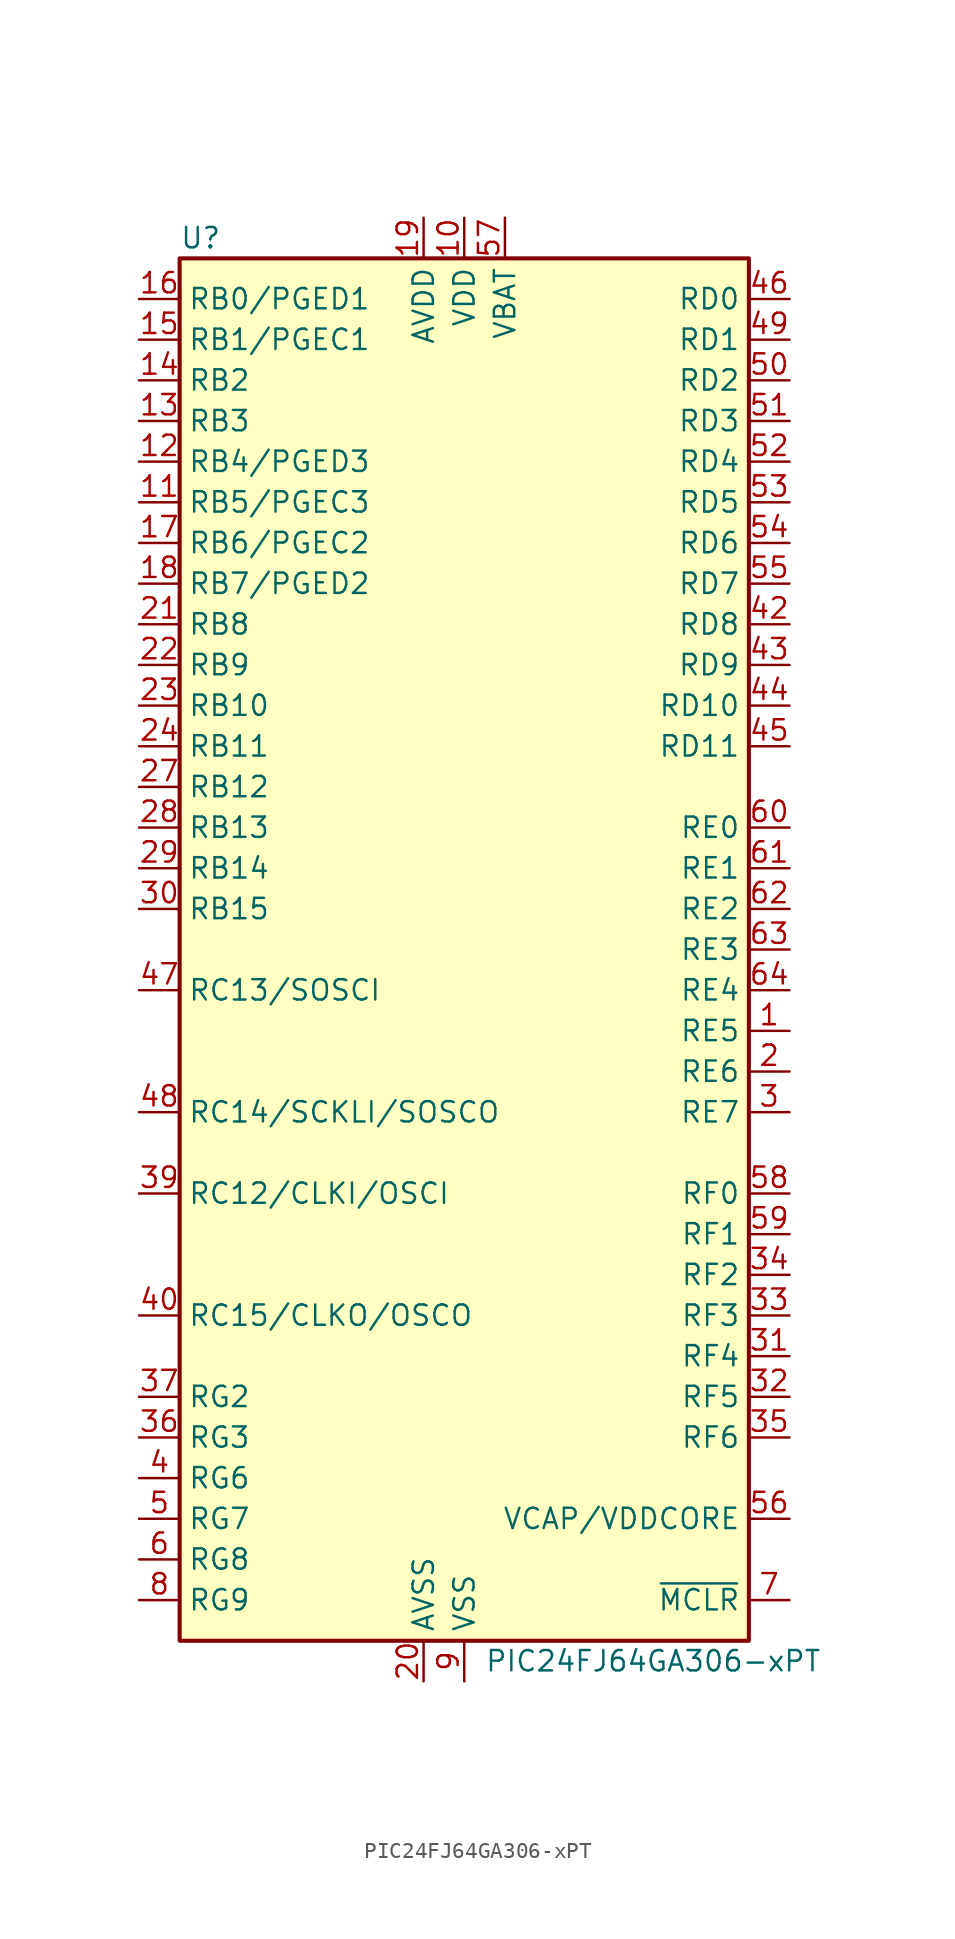
<source format=kicad_sym>
(kicad_symbol_lib
  (version 20231120)
  (generator "kicad_symbol_editor")
  (generator_version "8.0")
  (symbol "PIC24FJ64GA306-xPT"
    (property "Reference" "U"
      (at -17.78 44.45 0)
      (effects (font (size 1.27 1.27)) (justify left)))
    (property "Value" "PIC24FJ64GA306-xPT"
      (at 1.27 -44.45 0)
      (effects (font (size 1.27 1.27)) (justify left)))
    (symbol "PIC24FJ64GA306-xPT_1_1"
      (rectangle (start -17.78 43.18) (end 17.78 -43.18) (stroke (width 0.254) (type default)) (fill (type background)))
      (pin bidirectional line (at 20.32 -5.08 180) (length 2.54) (name "RE5" (effects (font (size 1.27 1.27)))) (number "1" (effects (font (size 1.27 1.27)))) (alternate "CN63" bidirectional line) (alternate "CTED4" bidirectional line) (alternate "LCDBIAS2" bidirectional line) (alternate "PMD5" bidirectional line))
      (pin power_in line (at 0 45.72 270) (length 2.54) (name "VDD" (effects (font (size 1.27 1.27)))) (number "10" (effects (font (size 1.27 1.27)))))
      (pin bidirectional line (at -20.32 27.94 0) (length 2.54) (name "RB5/PGEC3" (effects (font (size 1.27 1.27)))) (number "11" (effects (font (size 1.27 1.27)))) (alternate "AN5" bidirectional line) (alternate "C1INA" bidirectional line) (alternate "CN7" bidirectional line) (alternate "RP18" bidirectional line) (alternate "SEG2" bidirectional line))
      (pin bidirectional line (at -20.32 30.48 0) (length 2.54) (name "RB4/PGED3" (effects (font (size 1.27 1.27)))) (number "12" (effects (font (size 1.27 1.27)))) (alternate "AN4" bidirectional line) (alternate "C1INB" bidirectional line) (alternate "CN6" bidirectional line) (alternate "RP28" bidirectional line) (alternate "SEG3" bidirectional line))
      (pin bidirectional line (at -20.32 33.02 0) (length 2.54) (name "RB3" (effects (font (size 1.27 1.27)))) (number "13" (effects (font (size 1.27 1.27)))) (alternate "AN3" bidirectional line) (alternate "C2INA" bidirectional line) (alternate "CN5" bidirectional line) (alternate "SEG4" bidirectional line))
      (pin bidirectional line (at -20.32 35.56 0) (length 2.54) (name "RB2" (effects (font (size 1.27 1.27)))) (number "14" (effects (font (size 1.27 1.27)))) (alternate "AN2" bidirectional line) (alternate "C2INB" bidirectional line) (alternate "CN4" bidirectional line) (alternate "CTCMP" bidirectional line) (alternate "CTED13" bidirectional line) (alternate "RP13" bidirectional line) (alternate "SEG5" bidirectional line))
      (pin bidirectional line (at -20.32 38.1 0) (length 2.54) (name "RB1/PGEC1" (effects (font (size 1.27 1.27)))) (number "15" (effects (font (size 1.27 1.27)))) (alternate "AN1" bidirectional line) (alternate "CN3" bidirectional line) (alternate "CTED12" bidirectional line) (alternate "CVREF-" bidirectional line) (alternate "RP1" bidirectional line) (alternate "SEG6" bidirectional line))
      (pin bidirectional line (at -20.32 40.64 0) (length 2.54) (name "RB0/PGED1" (effects (font (size 1.27 1.27)))) (number "16" (effects (font (size 1.27 1.27)))) (alternate "AN0" bidirectional line) (alternate "CN2" bidirectional line) (alternate "CVREF+" bidirectional line) (alternate "PMA6" bidirectional line) (alternate "RP0" bidirectional line) (alternate "SEG7" bidirectional line))
      (pin bidirectional line (at -20.32 25.4 0) (length 2.54) (name "RB6/PGEC2" (effects (font (size 1.27 1.27)))) (number "17" (effects (font (size 1.27 1.27)))) (alternate "AN6" bidirectional line) (alternate "CN24" bidirectional line) (alternate "LCDBIAS3" bidirectional line) (alternate "RP6" bidirectional line))
      (pin bidirectional line (at -20.32 22.86 0) (length 2.54) (name "RB7/PGED2" (effects (font (size 1.27 1.27)))) (number "18" (effects (font (size 1.27 1.27)))) (alternate "AN7" bidirectional line) (alternate "CN25" bidirectional line) (alternate "RP7" bidirectional line))
      (pin power_in line (at -2.54 45.72 270) (length 2.54) (name "AVDD" (effects (font (size 1.27 1.27)))) (number "19" (effects (font (size 1.27 1.27)))))
      (pin bidirectional line (at 20.32 -7.62 180) (length 2.54) (name "RE6" (effects (font (size 1.27 1.27)))) (number "2" (effects (font (size 1.27 1.27)))) (alternate "CN64" bidirectional line) (alternate "LCDBIAS1" bidirectional line) (alternate "PMD6" bidirectional line))
      (pin power_in line (at -2.54 -45.72 90) (length 2.54) (name "AVSS" (effects (font (size 1.27 1.27)))) (number "20" (effects (font (size 1.27 1.27)))))
      (pin bidirectional line (at -20.32 20.32 0) (length 2.54) (name "RB8" (effects (font (size 1.27 1.27)))) (number "21" (effects (font (size 1.27 1.27)))) (alternate "AN8" bidirectional line) (alternate "CN26" bidirectional line) (alternate "COM7" bidirectional line) (alternate "RP8" bidirectional line) (alternate "SEG31" bidirectional line))
      (pin bidirectional line (at -20.32 17.78 0) (length 2.54) (name "RB9" (effects (font (size 1.27 1.27)))) (number "22" (effects (font (size 1.27 1.27)))) (alternate "AN9" bidirectional line) (alternate "CN27" bidirectional line) (alternate "COM6" bidirectional line) (alternate "PMA7" bidirectional line) (alternate "RP9" bidirectional line) (alternate "SEG30" bidirectional line))
      (pin bidirectional line (at -20.32 15.24 0) (length 2.54) (name "RB10" (effects (font (size 1.27 1.27)))) (number "23" (effects (font (size 1.27 1.27)))) (alternate "AN10" bidirectional line) (alternate "CN28" bidirectional line) (alternate "COM5" bidirectional line) (alternate "CVREF" bidirectional line) (alternate "PMA13" bidirectional line) (alternate "SEG29" bidirectional line) (alternate "TMS" bidirectional line))
      (pin bidirectional line (at -20.32 12.7 0) (length 2.54) (name "RB11" (effects (font (size 1.27 1.27)))) (number "24" (effects (font (size 1.27 1.27)))) (alternate "AN11" bidirectional line) (alternate "CN29" bidirectional line) (alternate "PMA12" bidirectional line) (alternate "TDO" bidirectional line))
      (pin passive line (at 0 -45.72 90) (length 2.54) hide (name "VSS" (effects (font (size 1.27 1.27)))) (number "25" (effects (font (size 1.27 1.27)))))
      (pin passive line (at 0 45.72 270) (length 2.54) hide (name "VDD" (effects (font (size 1.27 1.27)))) (number "26" (effects (font (size 1.27 1.27)))))
      (pin bidirectional line (at -20.32 10.16 0) (length 2.54) (name "RB12" (effects (font (size 1.27 1.27)))) (number "27" (effects (font (size 1.27 1.27)))) (alternate "AN12" bidirectional line) (alternate "CN30" bidirectional line) (alternate "CTED2" bidirectional line) (alternate "PMA11" bidirectional line) (alternate "SEG18" bidirectional line) (alternate "TCK" bidirectional line))
      (pin bidirectional line (at -20.32 7.62 0) (length 2.54) (name "RB13" (effects (font (size 1.27 1.27)))) (number "28" (effects (font (size 1.27 1.27)))) (alternate "AN13" bidirectional line) (alternate "CN31" bidirectional line) (alternate "CTED1" bidirectional line) (alternate "PMA10" bidirectional line) (alternate "SEG19" bidirectional line) (alternate "TDI" bidirectional line))
      (pin bidirectional line (at -20.32 5.08 0) (length 2.54) (name "RB14" (effects (font (size 1.27 1.27)))) (number "29" (effects (font (size 1.27 1.27)))) (alternate "AN14" bidirectional line) (alternate "CN32" bidirectional line) (alternate "CTED5" bidirectional line) (alternate "CTPLS" bidirectional line) (alternate "PMA1" bidirectional line) (alternate "RP14" bidirectional line) (alternate "SEG8" bidirectional line))
      (pin bidirectional line (at 20.32 -10.16 180) (length 2.54) (name "RE7" (effects (font (size 1.27 1.27)))) (number "3" (effects (font (size 1.27 1.27)))) (alternate "CN65" bidirectional line) (alternate "LCDBIAS0" bidirectional line) (alternate "PMD7" bidirectional line))
      (pin bidirectional line (at -20.32 2.54 0) (length 2.54) (name "RB15" (effects (font (size 1.27 1.27)))) (number "30" (effects (font (size 1.27 1.27)))) (alternate "AN15" bidirectional line) (alternate "CN12" bidirectional line) (alternate "CTED6" bidirectional line) (alternate "PMA0" bidirectional line) (alternate "REFO" bidirectional line) (alternate "RP29" bidirectional line) (alternate "SEG9" bidirectional line))
      (pin bidirectional line (at 20.32 -25.4 180) (length 2.54) (name "RF4" (effects (font (size 1.27 1.27)))) (number "31" (effects (font (size 1.27 1.27)))) (alternate "CN17" bidirectional line) (alternate "PMA9" bidirectional line) (alternate "RP10" bidirectional line) (alternate "SDA2" bidirectional line) (alternate "SEG10" bidirectional line))
      (pin bidirectional line (at 20.32 -27.94 180) (length 2.54) (name "RF5" (effects (font (size 1.27 1.27)))) (number "32" (effects (font (size 1.27 1.27)))) (alternate "CN18" bidirectional line) (alternate "PMA8" bidirectional line) (alternate "RP17" bidirectional line) (alternate "SCL2" bidirectional line) (alternate "SEG11" bidirectional line))
      (pin bidirectional line (at 20.32 -22.86 180) (length 2.54) (name "RF3" (effects (font (size 1.27 1.27)))) (number "33" (effects (font (size 1.27 1.27)))) (alternate "CN71" bidirectional line) (alternate "RP16" bidirectional line) (alternate "SEG12" bidirectional line))
      (pin bidirectional line (at 20.32 -20.32 180) (length 2.54) (name "RF2" (effects (font (size 1.27 1.27)))) (number "34" (effects (font (size 1.27 1.27)))) (alternate "CN70" bidirectional line) (alternate "RP30" bidirectional line))
      (pin bidirectional line (at 20.32 -30.48 180) (length 2.54) (name "RF6" (effects (font (size 1.27 1.27)))) (number "35" (effects (font (size 1.27 1.27)))) (alternate "CN84" bidirectional line) (alternate "INT0" bidirectional line))
      (pin bidirectional line (at -20.32 -30.48 0) (length 2.54) (name "RG3" (effects (font (size 1.27 1.27)))) (number "36" (effects (font (size 1.27 1.27)))) (alternate "CN73" bidirectional line) (alternate "SDA1" bidirectional line) (alternate "SEG47" bidirectional line))
      (pin bidirectional line (at -20.32 -27.94 0) (length 2.54) (name "RG2" (effects (font (size 1.27 1.27)))) (number "37" (effects (font (size 1.27 1.27)))) (alternate "CN72" bidirectional line) (alternate "SCL1" bidirectional line) (alternate "SEG28" bidirectional line))
      (pin passive line (at 0 45.72 270) (length 2.54) hide (name "VDD" (effects (font (size 1.27 1.27)))) (number "38" (effects (font (size 1.27 1.27)))))
      (pin bidirectional line (at -20.32 -15.24 0) (length 2.54) (name "RC12/CLKI/OSCI" (effects (font (size 1.27 1.27)))) (number "39" (effects (font (size 1.27 1.27)))) (alternate "CN23" bidirectional line))
      (pin bidirectional line (at -20.32 -33.02 0) (length 2.54) (name "RG6" (effects (font (size 1.27 1.27)))) (number "4" (effects (font (size 1.27 1.27)))) (alternate "C1IND" bidirectional line) (alternate "CN8" bidirectional line) (alternate "PMA5" bidirectional line) (alternate "RP21" bidirectional line) (alternate "SEG0" bidirectional line))
      (pin bidirectional line (at -20.32 -22.86 0) (length 2.54) (name "RC15/CLKO/OSCO" (effects (font (size 1.27 1.27)))) (number "40" (effects (font (size 1.27 1.27)))) (alternate "CN22" bidirectional line))
      (pin passive line (at 0 -45.72 90) (length 2.54) hide (name "VSS" (effects (font (size 1.27 1.27)))) (number "41" (effects (font (size 1.27 1.27)))))
      (pin bidirectional line (at 20.32 20.32 180) (length 2.54) (name "RD8" (effects (font (size 1.27 1.27)))) (number "42" (effects (font (size 1.27 1.27)))) (alternate "CN53" bidirectional line) (alternate "RP2" bidirectional line) (alternate "RTCC" bidirectional line) (alternate "SEG13" bidirectional line))
      (pin bidirectional line (at 20.32 17.78 180) (length 2.54) (name "RD9" (effects (font (size 1.27 1.27)))) (number "43" (effects (font (size 1.27 1.27)))) (alternate "CN54" bidirectional line) (alternate "PMACK2" bidirectional line) (alternate "RP4" bidirectional line) (alternate "SEG14" bidirectional line))
      (pin bidirectional line (at 20.32 15.24 180) (length 2.54) (name "RD10" (effects (font (size 1.27 1.27)))) (number "44" (effects (font (size 1.27 1.27)))) (alternate "C3IND" bidirectional line) (alternate "CN55" bidirectional line) (alternate "CS2" bidirectional line) (alternate "PMA15" bidirectional line) (alternate "RP3" bidirectional line) (alternate "SEG15" bidirectional line))
      (pin bidirectional line (at 20.32 12.7 180) (length 2.54) (name "RD11" (effects (font (size 1.27 1.27)))) (number "45" (effects (font (size 1.27 1.27)))) (alternate "C3INC" bidirectional line) (alternate "CN56" bidirectional line) (alternate "CS1" bidirectional line) (alternate "PMA14" bidirectional line) (alternate "RP12" bidirectional line) (alternate "SEG16" bidirectional line))
      (pin bidirectional line (at 20.32 40.64 180) (length 2.54) (name "RD0" (effects (font (size 1.27 1.27)))) (number "46" (effects (font (size 1.27 1.27)))) (alternate "CN49" bidirectional line) (alternate "RP11" bidirectional line) (alternate "SEG17" bidirectional line))
      (pin bidirectional line (at -20.32 -2.54 0) (length 2.54) (name "RC13/SOSCI" (effects (font (size 1.27 1.27)))) (number "47" (effects (font (size 1.27 1.27)))))
      (pin bidirectional line (at -20.32 -10.16 0) (length 2.54) (name "RC14/SCKLI/SOSCO" (effects (font (size 1.27 1.27)))) (number "48" (effects (font (size 1.27 1.27)))) (alternate "RPI37" bidirectional line))
      (pin bidirectional line (at 20.32 38.1 180) (length 2.54) (name "RD1" (effects (font (size 1.27 1.27)))) (number "49" (effects (font (size 1.27 1.27)))) (alternate "CN50" bidirectional line) (alternate "RP24" bidirectional line) (alternate "SEG20" bidirectional line))
      (pin bidirectional line (at -20.32 -35.56 0) (length 2.54) (name "RG7" (effects (font (size 1.27 1.27)))) (number "5" (effects (font (size 1.27 1.27)))) (alternate "C1INC" bidirectional line) (alternate "CN9" bidirectional line) (alternate "PMA4" bidirectional line) (alternate "RP26" bidirectional line) (alternate "VLCAP1" bidirectional line))
      (pin bidirectional line (at 20.32 35.56 180) (length 2.54) (name "RD2" (effects (font (size 1.27 1.27)))) (number "50" (effects (font (size 1.27 1.27)))) (alternate "CN51" bidirectional line) (alternate "PMACK1" bidirectional line) (alternate "RP23" bidirectional line) (alternate "SEG21" bidirectional line))
      (pin bidirectional line (at 20.32 33.02 180) (length 2.54) (name "RD3" (effects (font (size 1.27 1.27)))) (number "51" (effects (font (size 1.27 1.27)))) (alternate "CN52" bidirectional line) (alternate "PMBE0" bidirectional line) (alternate "RP22" bidirectional line) (alternate "SEG22" bidirectional line))
      (pin bidirectional line (at 20.32 30.48 180) (length 2.54) (name "RD4" (effects (font (size 1.27 1.27)))) (number "52" (effects (font (size 1.27 1.27)))) (alternate "CN13" bidirectional line) (alternate "PMWR" bidirectional line) (alternate "RP25" bidirectional line) (alternate "SEG23" bidirectional line))
      (pin bidirectional line (at 20.32 27.94 180) (length 2.54) (name "RD5" (effects (font (size 1.27 1.27)))) (number "53" (effects (font (size 1.27 1.27)))) (alternate "CN14" bidirectional line) (alternate "PMRD" bidirectional line) (alternate "RP20" bidirectional line) (alternate "SEG24" bidirectional line))
      (pin bidirectional line (at 20.32 25.4 180) (length 2.54) (name "RD6" (effects (font (size 1.27 1.27)))) (number "54" (effects (font (size 1.27 1.27)))) (alternate "C3INB" bidirectional line) (alternate "CN15" bidirectional line) (alternate "SEG25" bidirectional line))
      (pin bidirectional line (at 20.32 22.86 180) (length 2.54) (name "RD7" (effects (font (size 1.27 1.27)))) (number "55" (effects (font (size 1.27 1.27)))) (alternate "C3INA" bidirectional line) (alternate "CN16" bidirectional line) (alternate "SEG26" bidirectional line))
      (pin passive line (at 20.32 -35.56 180) (length 2.54) (name "VCAP/VDDCORE" (effects (font (size 1.27 1.27)))) (number "56" (effects (font (size 1.27 1.27)))))
      (pin power_in line (at 2.54 45.72 270) (length 2.54) (name "VBAT" (effects (font (size 1.27 1.27)))) (number "57" (effects (font (size 1.27 1.27)))))
      (pin bidirectional line (at 20.32 -15.24 180) (length 2.54) (name "RF0" (effects (font (size 1.27 1.27)))) (number "58" (effects (font (size 1.27 1.27)))) (alternate "CN68" bidirectional line) (alternate "SEG27" bidirectional line))
      (pin bidirectional line (at 20.32 -17.78 180) (length 2.54) (name "RF1" (effects (font (size 1.27 1.27)))) (number "59" (effects (font (size 1.27 1.27)))) (alternate "CN69" bidirectional line) (alternate "COM4" bidirectional line) (alternate "SEG48" bidirectional line))
      (pin bidirectional line (at -20.32 -38.1 0) (length 2.54) (name "RG8" (effects (font (size 1.27 1.27)))) (number "6" (effects (font (size 1.27 1.27)))) (alternate "C2IND" bidirectional line) (alternate "CN10" bidirectional line) (alternate "PMA3" bidirectional line) (alternate "RP19" bidirectional line) (alternate "VLCAP2" bidirectional line))
      (pin bidirectional line (at 20.32 7.62 180) (length 2.54) (name "RE0" (effects (font (size 1.27 1.27)))) (number "60" (effects (font (size 1.27 1.27)))) (alternate "CN58" bidirectional line) (alternate "COM3" bidirectional line) (alternate "PMD0" bidirectional line))
      (pin bidirectional line (at 20.32 5.08 180) (length 2.54) (name "RE1" (effects (font (size 1.27 1.27)))) (number "61" (effects (font (size 1.27 1.27)))) (alternate "CN59" bidirectional line) (alternate "COM2" bidirectional line) (alternate "PMD1" bidirectional line))
      (pin bidirectional line (at 20.32 2.54 180) (length 2.54) (name "RE2" (effects (font (size 1.27 1.27)))) (number "62" (effects (font (size 1.27 1.27)))) (alternate "CN60" bidirectional line) (alternate "COM1" bidirectional line) (alternate "PMD2" bidirectional line))
      (pin bidirectional line (at 20.32 0 180) (length 2.54) (name "RE3" (effects (font (size 1.27 1.27)))) (number "63" (effects (font (size 1.27 1.27)))) (alternate "CN61" bidirectional line) (alternate "COM0" bidirectional line) (alternate "CTED9" bidirectional line) (alternate "PMD3" bidirectional line))
      (pin bidirectional line (at 20.32 -2.54 180) (length 2.54) (name "RE4" (effects (font (size 1.27 1.27)))) (number "64" (effects (font (size 1.27 1.27)))) (alternate "CN62" bidirectional line) (alternate "CTED8" bidirectional line) (alternate "HLVDIN" bidirectional line) (alternate "PMD4" bidirectional line))
      (pin input line (at 20.32 -40.64 180) (length 2.54) (name "~{MCLR}" (effects (font (size 1.27 1.27)))) (number "7" (effects (font (size 1.27 1.27)))))
      (pin bidirectional line (at -20.32 -40.64 0) (length 2.54) (name "RG9" (effects (font (size 1.27 1.27)))) (number "8" (effects (font (size 1.27 1.27)))) (alternate "C2INC" bidirectional line) (alternate "CN11" bidirectional line) (alternate "PMA2" bidirectional line) (alternate "RP27" bidirectional line) (alternate "SEG1" bidirectional line))
      (pin power_in line (at 0 -45.72 90) (length 2.54) (name "VSS" (effects (font (size 1.27 1.27)))) (number "9" (effects (font (size 1.27 1.27))))))))
</source>
